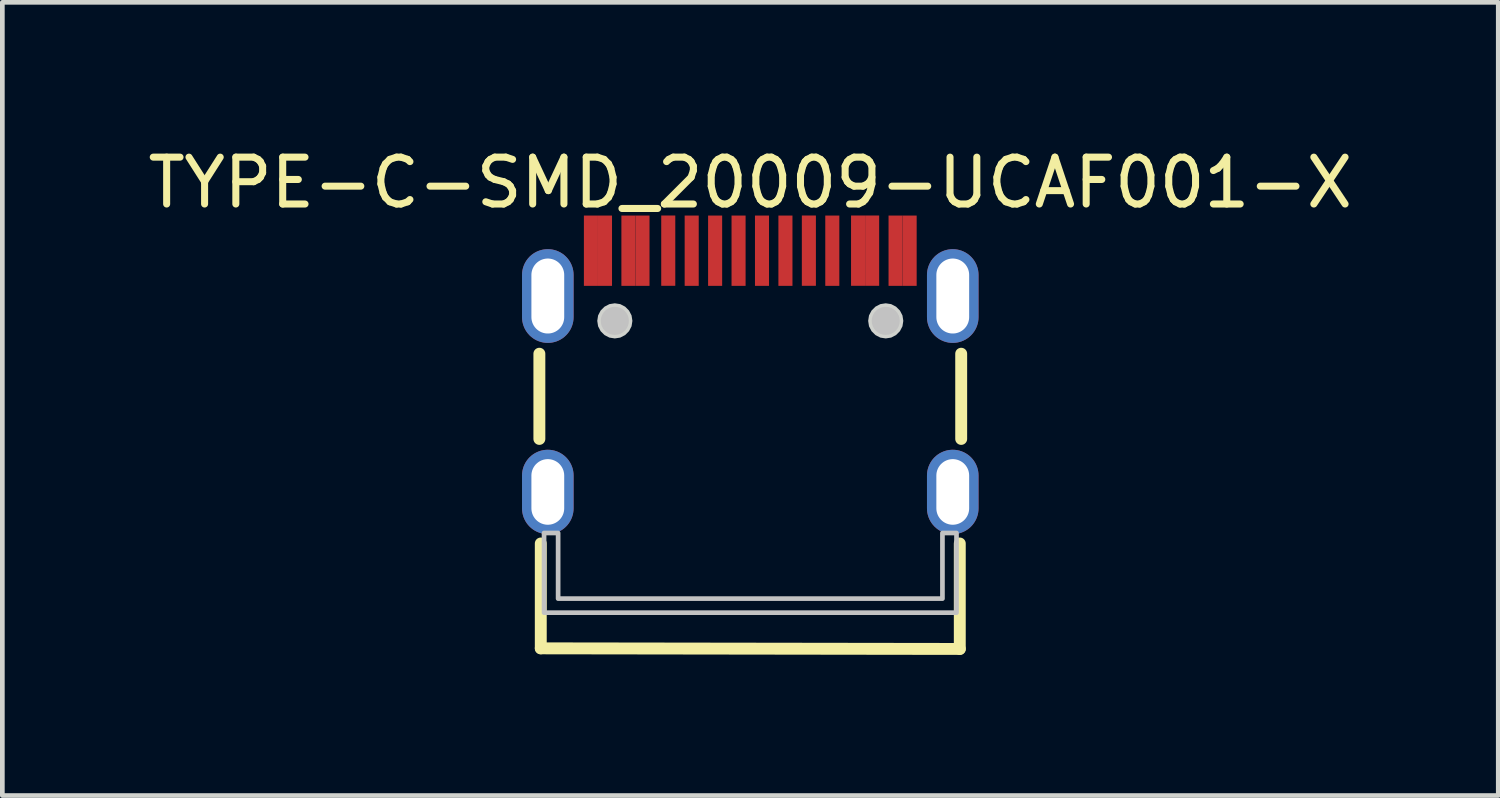
<source format=kicad_pcb>
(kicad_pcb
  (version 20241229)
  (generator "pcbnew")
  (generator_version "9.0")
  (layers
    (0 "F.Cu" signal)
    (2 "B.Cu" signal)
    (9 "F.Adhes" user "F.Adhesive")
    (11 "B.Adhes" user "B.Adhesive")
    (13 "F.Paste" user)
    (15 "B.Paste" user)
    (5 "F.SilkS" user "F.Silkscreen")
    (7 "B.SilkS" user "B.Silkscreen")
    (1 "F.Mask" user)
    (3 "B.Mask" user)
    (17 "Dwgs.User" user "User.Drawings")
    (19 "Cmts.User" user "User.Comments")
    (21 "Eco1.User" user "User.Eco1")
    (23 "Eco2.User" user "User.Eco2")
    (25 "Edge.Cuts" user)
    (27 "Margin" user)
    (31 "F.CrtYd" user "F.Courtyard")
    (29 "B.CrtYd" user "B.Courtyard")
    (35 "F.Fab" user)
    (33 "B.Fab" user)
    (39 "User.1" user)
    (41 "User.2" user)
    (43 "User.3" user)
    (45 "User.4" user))
  (footprint "TYPE-C-SMD_20009-UCAF001-X"
    (layer "F.Cu")
    (at 12.958 4.872)
    (property "Reference" "TYPE-C-SMD_20009-UCAF001-X" (at 0 -4.024 0) (layer "F.SilkS") (effects (font (size 1 1) (thickness 0.15))))
    (fp_line (start -4.5 1.443) (end -4.5 -0.375) (stroke (width 0.254) (type default)) (layer "F.SilkS"))
    (fp_line (start -4.47 3.674) (end -4.47 5.911) (stroke (width 0.254) (type default)) (layer "F.SilkS"))
    (fp_line (start -4.47 5.911) (end 4.47 5.924) (stroke (width 0.254) (type default)) (layer "F.SilkS"))
    (fp_line (start 4.47 5.924) (end 4.47 3.674) (stroke (width 0.254) (type default)) (layer "F.SilkS"))
    (fp_line (start 4.5 1.443) (end 4.5 -0.375) (stroke (width 0.254) (type default)) (layer "F.SilkS"))
    (fp_poly (pts (xy -3.55 -3.323) (xy -2.95 -3.323) (xy -2.95 -1.823) (xy -3.55 -1.823)) (stroke (width 0) (type default)) (fill yes) (layer "F.Paste"))
    (fp_poly (pts (xy -2.75 -3.323) (xy -2.15 -3.323) (xy -2.15 -1.823) (xy -2.75 -1.823)) (stroke (width 0) (type default)) (fill yes) (layer "F.Paste"))
    (fp_poly (pts (xy -1.9 -3.324) (xy -1.6 -3.324) (xy -1.6 -1.824) (xy -1.9 -1.824)) (stroke (width 0) (type default)) (fill yes) (layer "F.Paste"))
    (fp_poly (pts (xy -1.4 -3.323) (xy -1.1 -3.323) (xy -1.1 -1.823) (xy -1.4 -1.823)) (stroke (width 0) (type default)) (fill yes) (layer "F.Paste"))
    (fp_poly (pts (xy -0.9 -3.323) (xy -0.6 -3.323) (xy -0.6 -1.823) (xy -0.9 -1.823)) (stroke (width 0) (type default)) (fill yes) (layer "F.Paste"))
    (fp_poly (pts (xy -0.4 -3.323) (xy -0.1 -3.323) (xy -0.1 -1.823) (xy -0.4 -1.823)) (stroke (width 0) (type default)) (fill yes) (layer "F.Paste"))
    (fp_poly (pts (xy 0.1 -3.323) (xy 0.4 -3.323) (xy 0.4 -1.823) (xy 0.1 -1.823)) (stroke (width 0) (type default)) (fill yes) (layer "F.Paste"))
    (fp_poly (pts (xy 0.6 -3.323) (xy 0.9 -3.323) (xy 0.9 -1.823) (xy 0.6 -1.823)) (stroke (width 0) (type default)) (fill yes) (layer "F.Paste"))
    (fp_poly (pts (xy 1.099 -3.324) (xy 1.399 -3.324) (xy 1.399 -1.824) (xy 1.099 -1.824)) (stroke (width 0) (type default)) (fill yes) (layer "F.Paste"))
    (fp_poly (pts (xy 1.6 -3.323) (xy 1.9 -3.323) (xy 1.9 -1.823) (xy 1.6 -1.823)) (stroke (width 0) (type default)) (fill yes) (layer "F.Paste"))
    (fp_poly (pts (xy 2.15 -3.324) (xy 2.75 -3.324) (xy 2.75 -1.823) (xy 2.15 -1.823)) (stroke (width 0) (type default)) (fill yes) (layer "F.Paste"))
    (fp_poly (pts (xy 2.95 -3.323) (xy 3.55 -3.323) (xy 3.55 -1.823) (xy 2.95 -1.823)) (stroke (width 0) (type default)) (fill yes) (layer "F.Paste"))
    (fp_poly (pts (xy -4.279 -2.604) (xy -4.306 -2.606) (xy -4.333 -2.606) (xy -4.361 -2.604) (xy -4.388 -2.602) (xy -4.415 -2.598) (xy -4.442 -2.592) (xy -4.469 -2.586) (xy -4.495 -2.578) (xy -4.521 -2.568) (xy -4.546 -2.558) (xy -4.571 -2.546) (xy -4.595 -2.533) (xy -4.619 -2.518) (xy -4.641 -2.502) (xy -4.663 -2.486) (xy -4.684 -2.469) (xy -4.704 -2.45) (xy -4.723 -2.43) (xy -4.742 -2.409) (xy -4.758 -2.388) (xy -4.774 -2.366) (xy -4.79 -2.342) (xy -4.803 -2.319) (xy -4.816 -2.295) (xy -4.827 -2.269) (xy -4.837 -2.244) (xy -4.846 -2.218) (xy -4.853 -2.192) (xy -4.859 -2.165) (xy -4.864 -2.138) (xy -4.867 -2.111) (xy -4.87 -2.083) (xy -4.87 -2.056) (xy -4.87 -1.156) (xy -4.87 -1.129) (xy -4.867 -1.101) (xy -4.864 -1.074) (xy -4.859 -1.047) (xy -4.853 -1.02) (xy -4.846 -0.994) (xy -4.837 -0.968) (xy -4.827 -0.943) (xy -4.816 -0.917) (xy -4.803 -0.893) (xy -4.79 -0.869) (xy -4.774 -0.846) (xy -4.758 -0.824) (xy -4.742 -0.802) (xy -4.723 -0.782) (xy -4.704 -0.762) (xy -4.684 -0.744) (xy -4.663 -0.726) (xy -4.641 -0.71) (xy -4.619 -0.694) (xy -4.595 -0.679) (xy -4.571 -0.666) (xy -4.546 -0.654) (xy -4.521 -0.644) (xy -4.495 -0.634) (xy -4.469 -0.626) (xy -4.442 -0.62) (xy -4.415 -0.614) (xy -4.388 -0.61) (xy -4.361 -0.608) (xy -4.333 -0.606) (xy -4.306 -0.606) (xy -4.279 -0.608) (xy -4.252 -0.61) (xy -4.224 -0.614) (xy -4.197 -0.62) (xy -4.171 -0.626) (xy -4.145 -0.634) (xy -4.119 -0.644) (xy -4.094 -0.654) (xy -4.069 -0.666) (xy -4.045 -0.679) (xy -4.021 -0.694) (xy -3.999 -0.71) (xy -3.977 -0.726) (xy -3.956 -0.744) (xy -3.936 -0.762) (xy -3.917 -0.782) (xy -3.898 -0.802) (xy -3.881 -0.824) (xy -3.865 -0.846) (xy -3.85 -0.869) (xy -3.837 -0.893) (xy -3.825 -0.917) (xy -3.813 -0.943) (xy -3.803 -0.968) (xy -3.795 -0.994) (xy -3.787 -1.02) (xy -3.781 -1.047) (xy -3.776 -1.074) (xy -3.773 -1.101) (xy -3.771 -1.129) (xy -3.77 -1.156) (xy -3.77 -2.056) (xy -3.771 -2.083) (xy -3.773 -2.111) (xy -3.776 -2.138) (xy -3.781 -2.165) (xy -3.787 -2.192) (xy -3.795 -2.218) (xy -3.803 -2.244) (xy -3.813 -2.269) (xy -3.825 -2.295) (xy -3.837 -2.319) (xy -3.85 -2.342) (xy -3.865 -2.366) (xy -3.881 -2.388) (xy -3.898 -2.409) (xy -3.917 -2.43) (xy -3.936 -2.45) (xy -3.956 -2.469) (xy -3.977 -2.486) (xy -3.999 -2.502) (xy -4.021 -2.518) (xy -4.045 -2.533) (xy -4.069 -2.546) (xy -4.094 -2.558) (xy -4.119 -2.568) (xy -4.145 -2.578) (xy -4.171 -2.586) (xy -4.197 -2.592) (xy -4.224 -2.598) (xy -4.252 -2.602)) (stroke (width 0) (type default)) (fill yes) (layer "F.Paste"))
    (fp_poly (pts (xy -4.279 1.675) (xy -4.306 1.675) (xy -4.333 1.675) (xy -4.361 1.675) (xy -4.388 1.679) (xy -4.415 1.683) (xy -4.442 1.688) (xy -4.469 1.694) (xy -4.495 1.703) (xy -4.521 1.712) (xy -4.546 1.723) (xy -4.571 1.734) (xy -4.595 1.748) (xy -4.619 1.762) (xy -4.641 1.778) (xy -4.663 1.794) (xy -4.684 1.812) (xy -4.704 1.831) (xy -4.723 1.85) (xy -4.742 1.871) (xy -4.758 1.892) (xy -4.774 1.915) (xy -4.79 1.938) (xy -4.803 1.961) (xy -4.816 1.986) (xy -4.827 2.01) (xy -4.837 2.036) (xy -4.846 2.062) (xy -4.853 2.088) (xy -4.859 2.115) (xy -4.864 2.142) (xy -4.867 2.17) (xy -4.87 2.197) (xy -4.87 2.224) (xy -4.87 2.924) (xy -4.87 2.951) (xy -4.867 2.979) (xy -4.864 3.006) (xy -4.859 3.033) (xy -4.853 3.06) (xy -4.846 3.087) (xy -4.837 3.112) (xy -4.827 3.138) (xy -4.816 3.163) (xy -4.803 3.187) (xy -4.79 3.211) (xy -4.774 3.234) (xy -4.758 3.256) (xy -4.742 3.277) (xy -4.723 3.299) (xy -4.704 3.318) (xy -4.684 3.337) (xy -4.663 3.354) (xy -4.641 3.371) (xy -4.619 3.386) (xy -4.595 3.401) (xy -4.571 3.413) (xy -4.546 3.425) (xy -4.521 3.436) (xy -4.495 3.446) (xy -4.469 3.454) (xy -4.442 3.461) (xy -4.415 3.466) (xy -4.388 3.47) (xy -4.361 3.473) (xy -4.333 3.474) (xy -4.306 3.474) (xy -4.279 3.473) (xy -4.252 3.47) (xy -4.224 3.466) (xy -4.197 3.461) (xy -4.171 3.454) (xy -4.145 3.446) (xy -4.119 3.436) (xy -4.094 3.425) (xy -4.069 3.413) (xy -4.045 3.401) (xy -4.021 3.386) (xy -3.999 3.371) (xy -3.977 3.354) (xy -3.956 3.337) (xy -3.936 3.318) (xy -3.917 3.299) (xy -3.898 3.277) (xy -3.881 3.256) (xy -3.865 3.234) (xy -3.85 3.211) (xy -3.837 3.187) (xy -3.825 3.163) (xy -3.813 3.138) (xy -3.803 3.112) (xy -3.795 3.087) (xy -3.787 3.06) (xy -3.781 3.033) (xy -3.776 3.006) (xy -3.773 2.979) (xy -3.771 2.951) (xy -3.77 2.924) (xy -3.77 2.224) (xy -3.771 2.197) (xy -3.773 2.17) (xy -3.776 2.142) (xy -3.781 2.115) (xy -3.787 2.088) (xy -3.795 2.062) (xy -3.803 2.036) (xy -3.813 2.01) (xy -3.825 1.986) (xy -3.837 1.961) (xy -3.85 1.938) (xy -3.865 1.915) (xy -3.881 1.892) (xy -3.898 1.871) (xy -3.917 1.85) (xy -3.936 1.831) (xy -3.956 1.812) (xy -3.977 1.794) (xy -3.999 1.778) (xy -4.021 1.762) (xy -4.045 1.748) (xy -4.069 1.734) (xy -4.094 1.723) (xy -4.119 1.712) (xy -4.145 1.703) (xy -4.171 1.694) (xy -4.197 1.688) (xy -4.224 1.683) (xy -4.252 1.679)) (stroke (width 0) (type default)) (fill yes) (layer "F.Paste"))
    (fp_poly (pts (xy 4.361 -2.604) (xy 4.333 -2.606) (xy 4.306 -2.606) (xy 4.279 -2.604) (xy 4.252 -2.602) (xy 4.224 -2.598) (xy 4.197 -2.592) (xy 4.171 -2.586) (xy 4.145 -2.578) (xy 4.119 -2.568) (xy 4.094 -2.558) (xy 4.069 -2.546) (xy 4.045 -2.533) (xy 4.021 -2.518) (xy 3.999 -2.502) (xy 3.977 -2.486) (xy 3.956 -2.469) (xy 3.936 -2.45) (xy 3.917 -2.43) (xy 3.898 -2.409) (xy 3.881 -2.388) (xy 3.865 -2.366) (xy 3.85 -2.342) (xy 3.837 -2.319) (xy 3.825 -2.295) (xy 3.813 -2.269) (xy 3.803 -2.244) (xy 3.795 -2.218) (xy 3.787 -2.192) (xy 3.781 -2.165) (xy 3.776 -2.138) (xy 3.773 -2.111) (xy 3.771 -2.083) (xy 3.77 -2.056) (xy 3.77 -1.156) (xy 3.771 -1.129) (xy 3.773 -1.101) (xy 3.776 -1.074) (xy 3.781 -1.047) (xy 3.787 -1.02) (xy 3.795 -0.994) (xy 3.803 -0.968) (xy 3.813 -0.943) (xy 3.825 -0.917) (xy 3.837 -0.893) (xy 3.85 -0.869) (xy 3.865 -0.846) (xy 3.881 -0.824) (xy 3.898 -0.802) (xy 3.917 -0.782) (xy 3.936 -0.762) (xy 3.956 -0.744) (xy 3.977 -0.726) (xy 3.999 -0.71) (xy 4.021 -0.694) (xy 4.045 -0.679) (xy 4.069 -0.666) (xy 4.094 -0.654) (xy 4.119 -0.644) (xy 4.145 -0.634) (xy 4.171 -0.626) (xy 4.197 -0.62) (xy 4.224 -0.614) (xy 4.252 -0.61) (xy 4.279 -0.608) (xy 4.306 -0.606) (xy 4.333 -0.606) (xy 4.361 -0.608) (xy 4.388 -0.61) (xy 4.415 -0.614) (xy 4.442 -0.62) (xy 4.469 -0.626) (xy 4.495 -0.634) (xy 4.521 -0.644) (xy 4.546 -0.654) (xy 4.571 -0.666) (xy 4.595 -0.679) (xy 4.619 -0.694) (xy 4.641 -0.71) (xy 4.663 -0.726) (xy 4.684 -0.744) (xy 4.704 -0.762) (xy 4.723 -0.782) (xy 4.742 -0.802) (xy 4.758 -0.824) (xy 4.774 -0.846) (xy 4.79 -0.869) (xy 4.803 -0.893) (xy 4.816 -0.917) (xy 4.827 -0.943) (xy 4.837 -0.968) (xy 4.846 -0.994) (xy 4.853 -1.02) (xy 4.859 -1.047) (xy 4.864 -1.074) (xy 4.867 -1.101) (xy 4.87 -1.129) (xy 4.87 -1.156) (xy 4.87 -2.056) (xy 4.87 -2.083) (xy 4.867 -2.111) (xy 4.864 -2.138) (xy 4.859 -2.165) (xy 4.853 -2.192) (xy 4.846 -2.218) (xy 4.837 -2.244) (xy 4.827 -2.269) (xy 4.816 -2.295) (xy 4.803 -2.319) (xy 4.79 -2.342) (xy 4.774 -2.366) (xy 4.758 -2.388) (xy 4.742 -2.409) (xy 4.723 -2.43) (xy 4.704 -2.45) (xy 4.684 -2.469) (xy 4.663 -2.486) (xy 4.641 -2.502) (xy 4.619 -2.518) (xy 4.595 -2.533) (xy 4.571 -2.546) (xy 4.546 -2.558) (xy 4.521 -2.568) (xy 4.495 -2.578) (xy 4.469 -2.586) (xy 4.442 -2.592) (xy 4.415 -2.598) (xy 4.388 -2.602)) (stroke (width 0) (type default)) (fill yes) (layer "F.Paste"))
    (fp_poly (pts (xy 4.361 1.675) (xy 4.333 1.675) (xy 4.306 1.675) (xy 4.279 1.675) (xy 4.252 1.679) (xy 4.224 1.683) (xy 4.197 1.688) (xy 4.171 1.694) (xy 4.145 1.703) (xy 4.119 1.712) (xy 4.094 1.723) (xy 4.069 1.734) (xy 4.045 1.748) (xy 4.021 1.762) (xy 3.999 1.778) (xy 3.977 1.794) (xy 3.956 1.812) (xy 3.936 1.831) (xy 3.917 1.85) (xy 3.898 1.871) (xy 3.881 1.892) (xy 3.865 1.915) (xy 3.85 1.938) (xy 3.837 1.961) (xy 3.825 1.986) (xy 3.813 2.01) (xy 3.803 2.036) (xy 3.795 2.062) (xy 3.787 2.088) (xy 3.781 2.115) (xy 3.776 2.142) (xy 3.773 2.17) (xy 3.771 2.197) (xy 3.77 2.224) (xy 3.77 2.924) (xy 3.771 2.951) (xy 3.773 2.979) (xy 3.776 3.006) (xy 3.781 3.033) (xy 3.787 3.06) (xy 3.795 3.087) (xy 3.803 3.112) (xy 3.813 3.138) (xy 3.825 3.163) (xy 3.837 3.187) (xy 3.85 3.211) (xy 3.865 3.234) (xy 3.881 3.256) (xy 3.898 3.277) (xy 3.917 3.299) (xy 3.936 3.318) (xy 3.956 3.337) (xy 3.977 3.354) (xy 3.999 3.371) (xy 4.021 3.386) (xy 4.045 3.401) (xy 4.069 3.413) (xy 4.094 3.425) (xy 4.119 3.436) (xy 4.145 3.446) (xy 4.171 3.454) (xy 4.197 3.461) (xy 4.224 3.466) (xy 4.252 3.47) (xy 4.279 3.473) (xy 4.306 3.474) (xy 4.333 3.474) (xy 4.361 3.473) (xy 4.388 3.47) (xy 4.415 3.466) (xy 4.442 3.461) (xy 4.469 3.454) (xy 4.495 3.446) (xy 4.521 3.436) (xy 4.546 3.425) (xy 4.571 3.413) (xy 4.595 3.401) (xy 4.619 3.386) (xy 4.641 3.371) (xy 4.663 3.354) (xy 4.684 3.337) (xy 4.704 3.318) (xy 4.723 3.299) (xy 4.742 3.277) (xy 4.758 3.256) (xy 4.774 3.234) (xy 4.79 3.211) (xy 4.803 3.187) (xy 4.816 3.163) (xy 4.827 3.138) (xy 4.837 3.112) (xy 4.846 3.087) (xy 4.853 3.06) (xy 4.859 3.033) (xy 4.864 3.006) (xy 4.867 2.979) (xy 4.87 2.951) (xy 4.87 2.924) (xy 4.87 2.224) (xy 4.87 2.197) (xy 4.867 2.17) (xy 4.864 2.142) (xy 4.859 2.115) (xy 4.853 2.088) (xy 4.846 2.062) (xy 4.837 2.036) (xy 4.827 2.01) (xy 4.816 1.986) (xy 4.803 1.961) (xy 4.79 1.938) (xy 4.774 1.915) (xy 4.758 1.892) (xy 4.742 1.871) (xy 4.723 1.85) (xy 4.704 1.831) (xy 4.684 1.812) (xy 4.663 1.794) (xy 4.641 1.778) (xy 4.619 1.762) (xy 4.595 1.748) (xy 4.571 1.734) (xy 4.546 1.723) (xy 4.521 1.712) (xy 4.495 1.703) (xy 4.469 1.694) (xy 4.442 1.688) (xy 4.415 1.683) (xy 4.388 1.679)) (stroke (width 0) (type default)) (fill yes) (layer "F.Paste"))
    (fp_circle (center -2.89 -1.076) (end -2.74 -1.076) (stroke (width 0.3) (type default)) (fill no) (layer "Dwgs.User"))
    (fp_circle (center 2.89 -1.076) (end 3.04 -1.076) (stroke (width 0.3) (type default)) (fill no) (layer "Dwgs.User"))
    (fp_poly (pts (xy -4.4 3.45) (xy -4.4 5.15) (xy 4.4 5.15) (xy 4.4 3.45) (xy 4.1 3.45) (xy 4.1 4.85) (xy -4.1 4.85) (xy -4.1 3.45)) (stroke (width 0.1) (type default)) (fill no) (layer "Dwgs.User"))
    (fp_poly (pts (xy -2.515 -1.076) (xy -2.533 -1.192) (xy -2.587 -1.296) (xy -2.67 -1.379) (xy -2.774 -1.433) (xy -2.89 -1.451) (xy -3.006 -1.433) (xy -3.11 -1.379) (xy -3.193 -1.296) (xy -3.247 -1.192) (xy -3.265 -1.076) (xy -3.247 -0.96) (xy -3.193 -0.856) (xy -3.11 -0.773) (xy -3.006 -0.719) (xy -2.89 -0.701) (xy -2.774 -0.719) (xy -2.67 -0.773) (xy -2.587 -0.856) (xy -2.533 -0.96)) (stroke (width 0) (type default)) (fill yes) (layer "Edge.Cuts"))
    (fp_poly (pts (xy 3.265 -1.076) (xy 3.247 -1.192) (xy 3.193 -1.296) (xy 3.11 -1.379) (xy 3.006 -1.433) (xy 2.89 -1.451) (xy 2.774 -1.433) (xy 2.67 -1.379) (xy 2.587 -1.296) (xy 2.533 -1.192) (xy 2.515 -1.076) (xy 2.533 -0.96) (xy 2.587 -0.856) (xy 2.67 -0.773) (xy 2.774 -0.719) (xy 2.89 -0.701) (xy 3.006 -0.719) (xy 3.11 -0.773) (xy 3.193 -0.856) (xy 3.247 -0.96)) (stroke (width 0) (type default)) (fill yes) (layer "Edge.Cuts"))
    (fp_poly (pts (xy -4.47 -2.126) (xy -4.17 -2.126) (xy -4.17 -1.076) (xy -4.47 -1.076)) (stroke (width 0.1) (type default)) (fill no) (layer "User.1"))
    (fp_poly (pts (xy -4.47 2.174) (xy -4.17 2.174) (xy -4.17 2.974) (xy -4.47 2.974)) (stroke (width 0.1) (type default)) (fill no) (layer "User.1"))
    (fp_poly (pts (xy -3.45 -2.726) (xy -3.25 -2.726) (xy -3.25 -1.726) (xy -3.45 -1.726)) (stroke (width 0.1) (type default)) (fill no) (layer "User.1"))
    (fp_poly (pts (xy -3.25 -2.726) (xy -3.05 -2.726) (xy -3.05 -1.726) (xy -3.25 -1.726)) (stroke (width 0.1) (type default)) (fill no) (layer "User.1"))
    (fp_poly (pts (xy -2.65 -2.726) (xy -2.45 -2.726) (xy -2.45 -1.726) (xy -2.65 -1.726)) (stroke (width 0.1) (type default)) (fill no) (layer "User.1"))
    (fp_poly (pts (xy -2.45 -2.726) (xy -2.25 -2.726) (xy -2.25 -1.726) (xy -2.45 -1.726)) (stroke (width 0.1) (type default)) (fill no) (layer "User.1"))
    (fp_poly (pts (xy -1.85 -2.726) (xy -1.65 -2.726) (xy -1.65 -1.726) (xy -1.85 -1.726)) (stroke (width 0.1) (type default)) (fill no) (layer "User.1"))
    (fp_poly (pts (xy -1.35 -2.726) (xy -1.15 -2.726) (xy -1.15 -1.726) (xy -1.35 -1.726)) (stroke (width 0.1) (type default)) (fill no) (layer "User.1"))
    (fp_poly (pts (xy -0.85 -2.726) (xy -0.65 -2.726) (xy -0.65 -1.726) (xy -0.85 -1.726)) (stroke (width 0.1) (type default)) (fill no) (layer "User.1"))
    (fp_poly (pts (xy -0.35 -2.726) (xy -0.15 -2.726) (xy -0.15 -1.726) (xy -0.35 -1.726)) (stroke (width 0.1) (type default)) (fill no) (layer "User.1"))
    (fp_poly (pts (xy 0.15 -2.726) (xy 0.35 -2.726) (xy 0.35 -1.726) (xy 0.15 -1.726)) (stroke (width 0.1) (type default)) (fill no) (layer "User.1"))
    (fp_poly (pts (xy 0.65 -2.726) (xy 0.85 -2.726) (xy 0.85 -1.726) (xy 0.65 -1.726)) (stroke (width 0.1) (type default)) (fill no) (layer "User.1"))
    (fp_poly (pts (xy 1.149 -2.726) (xy 1.349 -2.726) (xy 1.349 -1.726) (xy 1.149 -1.726)) (stroke (width 0.1) (type default)) (fill no) (layer "User.1"))
    (fp_poly (pts (xy 1.65 -2.726) (xy 1.85 -2.726) (xy 1.85 -1.726) (xy 1.65 -1.726)) (stroke (width 0.1) (type default)) (fill no) (layer "User.1"))
    (fp_poly (pts (xy 2.25 -2.727) (xy 2.45 -2.727) (xy 2.45 -1.726) (xy 2.25 -1.726)) (stroke (width 0.1) (type default)) (fill no) (layer "User.1"))
    (fp_poly (pts (xy 2.45 -2.727) (xy 2.65 -2.727) (xy 2.65 -1.726) (xy 2.45 -1.726)) (stroke (width 0.1) (type default)) (fill no) (layer "User.1"))
    (fp_poly (pts (xy 3.05 -2.726) (xy 3.25 -2.726) (xy 3.25 -1.726) (xy 3.05 -1.726)) (stroke (width 0.1) (type default)) (fill no) (layer "User.1"))
    (fp_poly (pts (xy 3.25 -2.726) (xy 3.45 -2.726) (xy 3.45 -1.726) (xy 3.25 -1.726)) (stroke (width 0.1) (type default)) (fill no) (layer "User.1"))
    (fp_poly (pts (xy 4.17 -2.126) (xy 4.47 -2.126) (xy 4.47 -1.076) (xy 4.17 -1.076)) (stroke (width 0.1) (type default)) (fill no) (layer "User.1"))
    (fp_poly (pts (xy 4.17 2.174) (xy 4.47 2.174) (xy 4.47 2.974) (xy 4.17 2.974)) (stroke (width 0.1) (type default)) (fill no) (layer "User.1"))
    (fp_line (start -4.47 -2.126) (end 4.47 -2.126) (stroke (width 0.051) (type default)) (layer "User.2"))
    (fp_line (start -4.47 5.924) (end -4.47 -2.126) (stroke (width 0.051) (type default)) (layer "User.2"))
    (fp_line (start 4.47 -2.126) (end 4.47 5.924) (stroke (width 0.051) (type default)) (layer "User.2"))
    (fp_line (start 4.47 5.924) (end -4.47 5.924) (stroke (width 0.051) (type default)) (layer "User.2"))
    (fp_poly (pts (xy -4.41 -2.727) (xy -4.428 -2.769) (xy -4.47 -2.787) (xy -4.512 -2.769) (xy -4.53 -2.727) (xy -4.512 -2.684) (xy -4.47 -2.667) (xy -4.428 -2.684)) (stroke (width 0.1) (type default)) (fill no) (layer "User.3"))
    (pad "1" thru_hole oval (at -4.32 -1.606) (size 1.1 2) (drill oval 0.7 1.6) (layers "*.Cu" "*.Mask"))
    (pad "2" thru_hole oval (at 4.32 -1.606) (size 1.1 2) (drill oval 0.7 1.6) (layers "*.Cu" "*.Mask"))
    (pad "3" thru_hole oval (at 4.32 2.574) (size 1.1 1.8) (drill oval 0.7 1.4) (layers "*.Cu" "*.Mask"))
    (pad "4" thru_hole oval (at -4.32 2.574) (size 1.1 1.8) (drill oval 0.7 1.4) (layers "*.Cu" "*.Mask"))
    (pad "A1" smd rect (at -3.4 -2.573) (size 0.3 1.5) (layers "F.Cu" "F.Mask" "F.Paste"))
    (pad "A4" smd rect (at -2.6 -2.573) (size 0.3 1.5) (layers "F.Cu" "F.Mask" "F.Paste"))
    (pad "A5" smd rect (at -1.25 -2.573) (size 0.3 1.5) (layers "F.Cu" "F.Mask" "F.Paste"))
    (pad "A6" smd rect (at -0.25 -2.573) (size 0.3 1.5) (layers "F.Cu" "F.Mask" "F.Paste"))
    (pad "A7" smd rect (at 0.25 -2.573) (size 0.3 1.5) (layers "F.Cu" "F.Mask" "F.Paste"))
    (pad "A8" smd rect (at 1.25 -2.574) (size 0.3 1.5) (layers "F.Cu" "F.Mask" "F.Paste"))
    (pad "A9" smd rect (at 2.6 -2.574) (size 0.3 1.5) (layers "F.Cu" "F.Mask" "F.Paste"))
    (pad "A12" smd rect (at 3.4 -2.573) (size 0.3 1.5) (layers "F.Cu" "F.Mask" "F.Paste"))
    (pad "B1" smd rect (at 3.1 -2.573) (size 0.3 1.5) (layers "F.Cu" "F.Mask" "F.Paste"))
    (pad "B4" smd rect (at 2.3 -2.574) (size 0.3 1.5) (layers "F.Cu" "F.Mask" "F.Paste"))
    (pad "B5" smd rect (at 1.75 -2.573) (size 0.3 1.5) (layers "F.Cu" "F.Mask" "F.Paste"))
    (pad "B6" smd rect (at 0.75 -2.573) (size 0.3 1.5) (layers "F.Cu" "F.Mask" "F.Paste"))
    (pad "B7" smd rect (at -0.75 -2.573) (size 0.3 1.5) (layers "F.Cu" "F.Mask" "F.Paste"))
    (pad "B8" smd rect (at -1.75 -2.574) (size 0.3 1.5) (layers "F.Cu" "F.Mask" "F.Paste"))
    (pad "B9" smd rect (at -2.3 -2.573) (size 0.3 1.5) (layers "F.Cu" "F.Mask" "F.Paste"))
    (pad "B12" smd rect (at -3.1 -2.573) (size 0.3 1.5) (layers "F.Cu" "F.Mask" "F.Paste")))
  (gr_rect
    (start -3 -3)
    (end 28.917 13.923)
    (stroke (width 0.1) (type default))
    (fill no)
    (layer "Edge.Cuts")))
</source>
